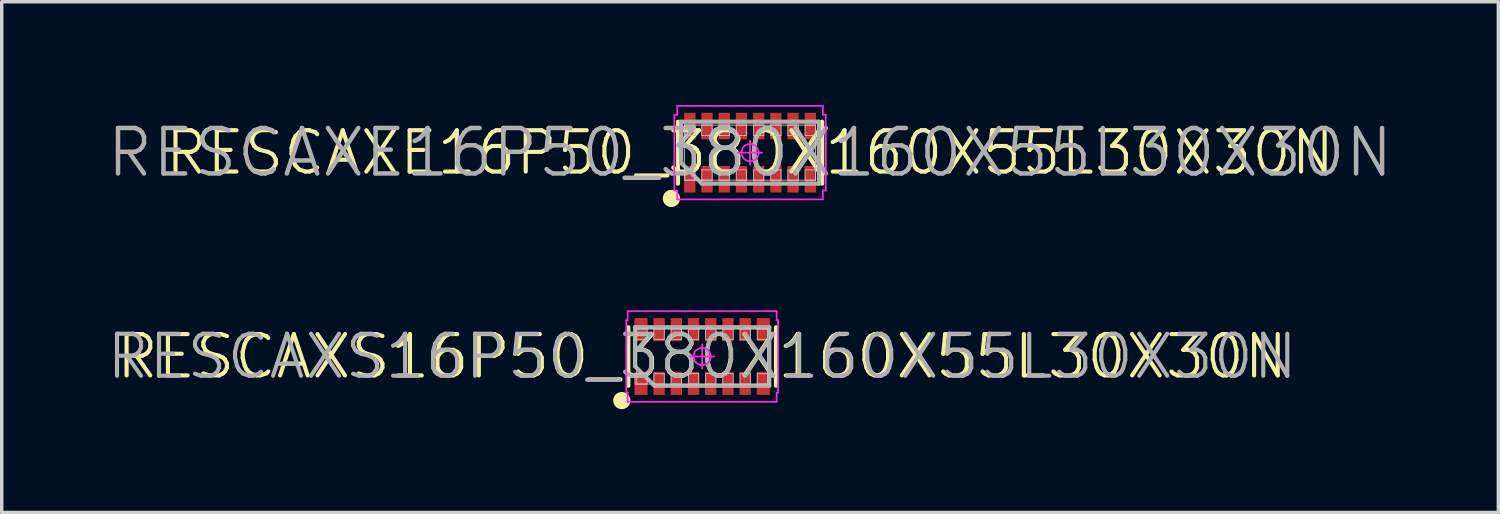
<source format=kicad_pcb>
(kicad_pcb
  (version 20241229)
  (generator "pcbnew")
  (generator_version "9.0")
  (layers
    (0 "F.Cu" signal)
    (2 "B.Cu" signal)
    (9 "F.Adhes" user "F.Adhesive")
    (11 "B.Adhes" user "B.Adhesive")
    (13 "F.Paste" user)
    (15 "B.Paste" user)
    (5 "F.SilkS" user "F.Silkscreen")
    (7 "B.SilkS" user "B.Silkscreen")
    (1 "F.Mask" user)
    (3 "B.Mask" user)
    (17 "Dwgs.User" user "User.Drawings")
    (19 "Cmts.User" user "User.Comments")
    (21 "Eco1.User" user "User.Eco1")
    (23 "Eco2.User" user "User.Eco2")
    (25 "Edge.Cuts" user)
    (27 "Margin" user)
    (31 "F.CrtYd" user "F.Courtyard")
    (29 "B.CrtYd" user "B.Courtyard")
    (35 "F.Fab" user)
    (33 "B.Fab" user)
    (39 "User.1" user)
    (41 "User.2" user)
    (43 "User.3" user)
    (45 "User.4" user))
  (footprint "RESCAXS16P50_380X160X55L30X30N"
    (layer "F.Cu")
    (at 17.341 7.303)
    (property "Reference" "RESCAXS16P50_380X160X55L30X30N" (at 0 0 0) (layer "F.SilkS") (effects (font (size 1.2 1.2) (thickness 0.12))))
    (attr smd)
    (fp_line (start -2.144 0.85) (end -2.144 -0.85) (stroke (width 0.12) (type solid)) (layer "F.SilkS"))
    (fp_line (start 2.144 0.85) (end 2.144 -0.85) (stroke (width 0.12) (type solid)) (layer "F.SilkS"))
    (fp_circle (center -2.334 1.28) (end -2.334 1.405) (stroke (width 0.25) (type solid)) (fill no) (layer "F.SilkS"))
    (fp_line (start -1.95 -0.8) (end -1.6 -0.8) (stroke (width 0.025) (type solid)) (layer "Dwgs.User"))
    (fp_line (start -1.95 -0.5) (end -1.95 -0.8) (stroke (width 0.025) (type solid)) (layer "Dwgs.User"))
    (fp_line (start -1.95 0.5) (end -1.6 0.5) (stroke (width 0.025) (type solid)) (layer "Dwgs.User"))
    (fp_line (start -1.95 0.8) (end -1.95 0.5) (stroke (width 0.025) (type solid)) (layer "Dwgs.User"))
    (fp_line (start -1.9 -0.8) (end 1.9 -0.8) (stroke (width 0.025) (type solid)) (layer "Dwgs.User"))
    (fp_line (start -1.9 0.8) (end -1.9 -0.8) (stroke (width 0.025) (type solid)) (layer "Dwgs.User"))
    (fp_line (start -1.6 -0.8) (end -1.6 -0.5) (stroke (width 0.025) (type solid)) (layer "Dwgs.User"))
    (fp_line (start -1.6 -0.5) (end -1.95 -0.5) (stroke (width 0.025) (type solid)) (layer "Dwgs.User"))
    (fp_line (start -1.6 0.5) (end -1.6 0.8) (stroke (width 0.025) (type solid)) (layer "Dwgs.User"))
    (fp_line (start -1.6 0.8) (end -1.95 0.8) (stroke (width 0.025) (type solid)) (layer "Dwgs.User"))
    (fp_line (start -1.4 -0.8) (end -1.1 -0.8) (stroke (width 0.025) (type solid)) (layer "Dwgs.User"))
    (fp_line (start -1.4 -0.5) (end -1.4 -0.8) (stroke (width 0.025) (type solid)) (layer "Dwgs.User"))
    (fp_line (start -1.4 0.5) (end -1.1 0.5) (stroke (width 0.025) (type solid)) (layer "Dwgs.User"))
    (fp_line (start -1.4 0.8) (end -1.4 0.5) (stroke (width 0.025) (type solid)) (layer "Dwgs.User"))
    (fp_line (start -1.1 -0.8) (end -1.1 -0.5) (stroke (width 0.025) (type solid)) (layer "Dwgs.User"))
    (fp_line (start -1.1 -0.5) (end -1.4 -0.5) (stroke (width 0.025) (type solid)) (layer "Dwgs.User"))
    (fp_line (start -1.1 0.5) (end -1.1 0.8) (stroke (width 0.025) (type solid)) (layer "Dwgs.User"))
    (fp_line (start -1.1 0.8) (end -1.4 0.8) (stroke (width 0.025) (type solid)) (layer "Dwgs.User"))
    (fp_line (start -0.9 -0.8) (end -0.6 -0.8) (stroke (width 0.025) (type solid)) (layer "Dwgs.User"))
    (fp_line (start -0.9 -0.5) (end -0.9 -0.8) (stroke (width 0.025) (type solid)) (layer "Dwgs.User"))
    (fp_line (start -0.9 0.5) (end -0.6 0.5) (stroke (width 0.025) (type solid)) (layer "Dwgs.User"))
    (fp_line (start -0.9 0.8) (end -0.9 0.5) (stroke (width 0.025) (type solid)) (layer "Dwgs.User"))
    (fp_line (start -0.6 -0.8) (end -0.6 -0.5) (stroke (width 0.025) (type solid)) (layer "Dwgs.User"))
    (fp_line (start -0.6 -0.5) (end -0.9 -0.5) (stroke (width 0.025) (type solid)) (layer "Dwgs.User"))
    (fp_line (start -0.6 0.5) (end -0.6 0.8) (stroke (width 0.025) (type solid)) (layer "Dwgs.User"))
    (fp_line (start -0.6 0.8) (end -0.9 0.8) (stroke (width 0.025) (type solid)) (layer "Dwgs.User"))
    (fp_line (start -0.4 -0.8) (end -0.1 -0.8) (stroke (width 0.025) (type solid)) (layer "Dwgs.User"))
    (fp_line (start -0.4 -0.5) (end -0.4 -0.8) (stroke (width 0.025) (type solid)) (layer "Dwgs.User"))
    (fp_line (start -0.4 0.5) (end -0.1 0.5) (stroke (width 0.025) (type solid)) (layer "Dwgs.User"))
    (fp_line (start -0.4 0.8) (end -0.4 0.5) (stroke (width 0.025) (type solid)) (layer "Dwgs.User"))
    (fp_line (start -0.1 -0.8) (end -0.1 -0.5) (stroke (width 0.025) (type solid)) (layer "Dwgs.User"))
    (fp_line (start -0.1 -0.5) (end -0.4 -0.5) (stroke (width 0.025) (type solid)) (layer "Dwgs.User"))
    (fp_line (start -0.1 0.5) (end -0.1 0.8) (stroke (width 0.025) (type solid)) (layer "Dwgs.User"))
    (fp_line (start -0.1 0.8) (end -0.4 0.8) (stroke (width 0.025) (type solid)) (layer "Dwgs.User"))
    (fp_line (start 0.1 -0.8) (end 0.4 -0.8) (stroke (width 0.025) (type solid)) (layer "Dwgs.User"))
    (fp_line (start 0.1 -0.5) (end 0.1 -0.8) (stroke (width 0.025) (type solid)) (layer "Dwgs.User"))
    (fp_line (start 0.1 0.5) (end 0.4 0.5) (stroke (width 0.025) (type solid)) (layer "Dwgs.User"))
    (fp_line (start 0.1 0.8) (end 0.1 0.5) (stroke (width 0.025) (type solid)) (layer "Dwgs.User"))
    (fp_line (start 0.4 -0.8) (end 0.4 -0.5) (stroke (width 0.025) (type solid)) (layer "Dwgs.User"))
    (fp_line (start 0.4 -0.5) (end 0.1 -0.5) (stroke (width 0.025) (type solid)) (layer "Dwgs.User"))
    (fp_line (start 0.4 0.5) (end 0.4 0.8) (stroke (width 0.025) (type solid)) (layer "Dwgs.User"))
    (fp_line (start 0.4 0.8) (end 0.1 0.8) (stroke (width 0.025) (type solid)) (layer "Dwgs.User"))
    (fp_line (start 0.6 -0.8) (end 0.9 -0.8) (stroke (width 0.025) (type solid)) (layer "Dwgs.User"))
    (fp_line (start 0.6 -0.5) (end 0.6 -0.8) (stroke (width 0.025) (type solid)) (layer "Dwgs.User"))
    (fp_line (start 0.6 0.5) (end 0.9 0.5) (stroke (width 0.025) (type solid)) (layer "Dwgs.User"))
    (fp_line (start 0.6 0.8) (end 0.6 0.5) (stroke (width 0.025) (type solid)) (layer "Dwgs.User"))
    (fp_line (start 0.9 -0.8) (end 0.9 -0.5) (stroke (width 0.025) (type solid)) (layer "Dwgs.User"))
    (fp_line (start 0.9 -0.5) (end 0.6 -0.5) (stroke (width 0.025) (type solid)) (layer "Dwgs.User"))
    (fp_line (start 0.9 0.5) (end 0.9 0.8) (stroke (width 0.025) (type solid)) (layer "Dwgs.User"))
    (fp_line (start 0.9 0.8) (end 0.6 0.8) (stroke (width 0.025) (type solid)) (layer "Dwgs.User"))
    (fp_line (start 1.1 -0.8) (end 1.4 -0.8) (stroke (width 0.025) (type solid)) (layer "Dwgs.User"))
    (fp_line (start 1.1 -0.5) (end 1.1 -0.8) (stroke (width 0.025) (type solid)) (layer "Dwgs.User"))
    (fp_line (start 1.1 0.5) (end 1.4 0.5) (stroke (width 0.025) (type solid)) (layer "Dwgs.User"))
    (fp_line (start 1.1 0.8) (end 1.1 0.5) (stroke (width 0.025) (type solid)) (layer "Dwgs.User"))
    (fp_line (start 1.4 -0.8) (end 1.4 -0.5) (stroke (width 0.025) (type solid)) (layer "Dwgs.User"))
    (fp_line (start 1.4 -0.5) (end 1.1 -0.5) (stroke (width 0.025) (type solid)) (layer "Dwgs.User"))
    (fp_line (start 1.4 0.5) (end 1.4 0.8) (stroke (width 0.025) (type solid)) (layer "Dwgs.User"))
    (fp_line (start 1.4 0.8) (end 1.1 0.8) (stroke (width 0.025) (type solid)) (layer "Dwgs.User"))
    (fp_line (start 1.6 -0.8) (end 1.95 -0.8) (stroke (width 0.025) (type solid)) (layer "Dwgs.User"))
    (fp_line (start 1.6 -0.5) (end 1.6 -0.8) (stroke (width 0.025) (type solid)) (layer "Dwgs.User"))
    (fp_line (start 1.6 0.5) (end 1.95 0.5) (stroke (width 0.025) (type solid)) (layer "Dwgs.User"))
    (fp_line (start 1.6 0.8) (end 1.6 0.5) (stroke (width 0.025) (type solid)) (layer "Dwgs.User"))
    (fp_line (start 1.9 -0.8) (end 1.9 0.8) (stroke (width 0.025) (type solid)) (layer "Dwgs.User"))
    (fp_line (start 1.9 0.8) (end -1.9 0.8) (stroke (width 0.025) (type solid)) (layer "Dwgs.User"))
    (fp_line (start 1.95 -0.8) (end 1.95 -0.5) (stroke (width 0.025) (type solid)) (layer "Dwgs.User"))
    (fp_line (start 1.95 -0.5) (end 1.6 -0.5) (stroke (width 0.025) (type solid)) (layer "Dwgs.User"))
    (fp_line (start 1.95 0.5) (end 1.95 0.8) (stroke (width 0.025) (type solid)) (layer "Dwgs.User"))
    (fp_line (start 1.95 0.8) (end 1.6 0.8) (stroke (width 0.025) (type solid)) (layer "Dwgs.User"))
    (fp_line (start -2.204 -1.05) (end -2.204 1.05) (stroke (width 0.05) (type solid)) (layer "F.CrtYd"))
    (fp_line (start -2.204 1.05) (end -2.164 1.05) (stroke (width 0.05) (type solid)) (layer "F.CrtYd"))
    (fp_line (start -2.164 -1.315) (end -2.164 -1.05) (stroke (width 0.05) (type solid)) (layer "F.CrtYd"))
    (fp_line (start -2.164 -1.05) (end -2.204 -1.05) (stroke (width 0.05) (type solid)) (layer "F.CrtYd"))
    (fp_line (start -2.164 1.05) (end -2.164 1.315) (stroke (width 0.05) (type solid)) (layer "F.CrtYd"))
    (fp_line (start -2.164 1.315) (end 2.164 1.315) (stroke (width 0.05) (type solid)) (layer "F.CrtYd"))
    (fp_line (start -0.35 0) (end 0.35 0) (stroke (width 0.05) (type solid)) (layer "F.CrtYd"))
    (fp_line (start 0 -0.35) (end 0 0.35) (stroke (width 0.05) (type solid)) (layer "F.CrtYd"))
    (fp_line (start 2.164 -1.315) (end -2.164 -1.315) (stroke (width 0.05) (type solid)) (layer "F.CrtYd"))
    (fp_line (start 2.164 -1.05) (end 2.164 -1.315) (stroke (width 0.05) (type solid)) (layer "F.CrtYd"))
    (fp_line (start 2.164 1.05) (end 2.204 1.05) (stroke (width 0.05) (type solid)) (layer "F.CrtYd"))
    (fp_line (start 2.164 1.315) (end 2.164 1.05) (stroke (width 0.05) (type solid)) (layer "F.CrtYd"))
    (fp_line (start 2.204 -1.05) (end 2.164 -1.05) (stroke (width 0.05) (type solid)) (layer "F.CrtYd"))
    (fp_line (start 2.204 1.05) (end 2.204 -1.05) (stroke (width 0.05) (type solid)) (layer "F.CrtYd"))
    (fp_circle (center 0 0) (end 0 0.25) (stroke (width 0.05) (type solid)) (fill no) (layer "F.CrtYd"))
    (fp_line (start -1.95 -0.85) (end 1.95 -0.85) (stroke (width 0.12) (type solid)) (layer "F.Fab"))
    (fp_line (start -1.95 0.283) (end -1.95 -0.85) (stroke (width 0.12) (type solid)) (layer "F.Fab"))
    (fp_line (start -1.383 0.85) (end -1.95 0.283) (stroke (width 0.12) (type solid)) (layer "F.Fab"))
    (fp_line (start 1.95 -0.85) (end 1.95 0.85) (stroke (width 0.12) (type solid)) (layer "F.Fab"))
    (fp_line (start 1.95 0.85) (end -1.383 0.85) (stroke (width 0.12) (type solid)) (layer "F.Fab"))
    (fp_text user "${REFERENCE}" (at 0 0 0) (layer "F.Fab") (effects (font (size 1.22 1.22) (thickness 0.12))))
    (pad "1" smd rect (at -1.775 0.78 90) (size 0.67 0.379) (layers "F.Cu" "F.Mask" "F.Paste"))
    (pad "2" smd rect (at -1.25 0.78 90) (size 0.67 0.329) (layers "F.Cu" "F.Mask" "F.Paste"))
    (pad "3" smd rect (at -0.75 0.78 90) (size 0.67 0.329) (layers "F.Cu" "F.Mask" "F.Paste"))
    (pad "4" smd rect (at -0.25 0.78 90) (size 0.67 0.329) (layers "F.Cu" "F.Mask" "F.Paste"))
    (pad "5" smd rect (at 0.25 0.78 90) (size 0.67 0.329) (layers "F.Cu" "F.Mask" "F.Paste"))
    (pad "6" smd rect (at 0.75 0.78 90) (size 0.67 0.329) (layers "F.Cu" "F.Mask" "F.Paste"))
    (pad "7" smd rect (at 1.25 0.78 90) (size 0.67 0.329) (layers "F.Cu" "F.Mask" "F.Paste"))
    (pad "8" smd rect (at 1.775 0.78 90) (size 0.67 0.379) (layers "F.Cu" "F.Mask" "F.Paste"))
    (pad "9" smd rect (at 1.775 -0.78 90) (size 0.67 0.379) (layers "F.Cu" "F.Mask" "F.Paste"))
    (pad "10" smd rect (at 1.25 -0.78 90) (size 0.67 0.329) (layers "F.Cu" "F.Mask" "F.Paste"))
    (pad "11" smd rect (at 0.75 -0.78 90) (size 0.67 0.329) (layers "F.Cu" "F.Mask" "F.Paste"))
    (pad "12" smd rect (at 0.25 -0.78 90) (size 0.67 0.329) (layers "F.Cu" "F.Mask" "F.Paste"))
    (pad "13" smd rect (at -0.25 -0.78 90) (size 0.67 0.329) (layers "F.Cu" "F.Mask" "F.Paste"))
    (pad "14" smd rect (at -0.75 -0.78 90) (size 0.67 0.329) (layers "F.Cu" "F.Mask" "F.Paste"))
    (pad "15" smd rect (at -1.25 -0.78 90) (size 0.67 0.329) (layers "F.Cu" "F.Mask" "F.Paste"))
    (pad "16" smd rect (at -1.775 -0.78 90) (size 0.67 0.379) (layers "F.Cu" "F.Mask" "F.Paste")))
  (footprint "RESCAXE16P50_380X160X55L30X30N"
    (layer "F.Cu")
    (at 18.732 1.383)
    (property "Reference" "RESCAXE16P50_380X160X55L30X30N" (at 0 0 0) (layer "F.SilkS") (effects (font (size 1.2 1.2) (thickness 0.12))))
    (attr smd)
    (fp_line (start -2.094 0.9) (end -2.094 -0.9) (stroke (width 0.12) (type solid)) (layer "F.SilkS"))
    (fp_line (start 2.094 0.9) (end 2.094 -0.9) (stroke (width 0.12) (type solid)) (layer "F.SilkS"))
    (fp_circle (center -2.284 1.33) (end -2.284 1.455) (stroke (width 0.25) (type solid)) (fill no) (layer "F.SilkS"))
    (fp_line (start -1.9 -0.8) (end -1.6 -0.8) (stroke (width 0.025) (type solid)) (layer "Dwgs.User"))
    (fp_line (start -1.9 -0.8) (end 1.9 -0.8) (stroke (width 0.025) (type solid)) (layer "Dwgs.User"))
    (fp_line (start -1.9 -0.5) (end -1.9 -0.8) (stroke (width 0.025) (type solid)) (layer "Dwgs.User"))
    (fp_line (start -1.9 0.5) (end -1.6 0.5) (stroke (width 0.025) (type solid)) (layer "Dwgs.User"))
    (fp_line (start -1.9 0.8) (end -1.9 -0.8) (stroke (width 0.025) (type solid)) (layer "Dwgs.User"))
    (fp_line (start -1.9 0.8) (end -1.9 0.5) (stroke (width 0.025) (type solid)) (layer "Dwgs.User"))
    (fp_line (start -1.6 -0.8) (end -1.6 -0.5) (stroke (width 0.025) (type solid)) (layer "Dwgs.User"))
    (fp_line (start -1.6 -0.5) (end -1.9 -0.5) (stroke (width 0.025) (type solid)) (layer "Dwgs.User"))
    (fp_line (start -1.6 0.5) (end -1.6 0.8) (stroke (width 0.025) (type solid)) (layer "Dwgs.User"))
    (fp_line (start -1.6 0.8) (end -1.9 0.8) (stroke (width 0.025) (type solid)) (layer "Dwgs.User"))
    (fp_line (start -1.4 -0.8) (end -1.1 -0.8) (stroke (width 0.025) (type solid)) (layer "Dwgs.User"))
    (fp_line (start -1.4 -0.5) (end -1.4 -0.8) (stroke (width 0.025) (type solid)) (layer "Dwgs.User"))
    (fp_line (start -1.4 0.5) (end -1.1 0.5) (stroke (width 0.025) (type solid)) (layer "Dwgs.User"))
    (fp_line (start -1.4 0.8) (end -1.4 0.5) (stroke (width 0.025) (type solid)) (layer "Dwgs.User"))
    (fp_line (start -1.1 -0.8) (end -1.1 -0.5) (stroke (width 0.025) (type solid)) (layer "Dwgs.User"))
    (fp_line (start -1.1 -0.5) (end -1.4 -0.5) (stroke (width 0.025) (type solid)) (layer "Dwgs.User"))
    (fp_line (start -1.1 0.5) (end -1.1 0.8) (stroke (width 0.025) (type solid)) (layer "Dwgs.User"))
    (fp_line (start -1.1 0.8) (end -1.4 0.8) (stroke (width 0.025) (type solid)) (layer "Dwgs.User"))
    (fp_line (start -0.9 -0.8) (end -0.6 -0.8) (stroke (width 0.025) (type solid)) (layer "Dwgs.User"))
    (fp_line (start -0.9 -0.5) (end -0.9 -0.8) (stroke (width 0.025) (type solid)) (layer "Dwgs.User"))
    (fp_line (start -0.9 0.5) (end -0.6 0.5) (stroke (width 0.025) (type solid)) (layer "Dwgs.User"))
    (fp_line (start -0.9 0.8) (end -0.9 0.5) (stroke (width 0.025) (type solid)) (layer "Dwgs.User"))
    (fp_line (start -0.6 -0.8) (end -0.6 -0.5) (stroke (width 0.025) (type solid)) (layer "Dwgs.User"))
    (fp_line (start -0.6 -0.5) (end -0.9 -0.5) (stroke (width 0.025) (type solid)) (layer "Dwgs.User"))
    (fp_line (start -0.6 0.5) (end -0.6 0.8) (stroke (width 0.025) (type solid)) (layer "Dwgs.User"))
    (fp_line (start -0.6 0.8) (end -0.9 0.8) (stroke (width 0.025) (type solid)) (layer "Dwgs.User"))
    (fp_line (start -0.4 -0.8) (end -0.1 -0.8) (stroke (width 0.025) (type solid)) (layer "Dwgs.User"))
    (fp_line (start -0.4 -0.5) (end -0.4 -0.8) (stroke (width 0.025) (type solid)) (layer "Dwgs.User"))
    (fp_line (start -0.4 0.5) (end -0.1 0.5) (stroke (width 0.025) (type solid)) (layer "Dwgs.User"))
    (fp_line (start -0.4 0.8) (end -0.4 0.5) (stroke (width 0.025) (type solid)) (layer "Dwgs.User"))
    (fp_line (start -0.1 -0.8) (end -0.1 -0.5) (stroke (width 0.025) (type solid)) (layer "Dwgs.User"))
    (fp_line (start -0.1 -0.5) (end -0.4 -0.5) (stroke (width 0.025) (type solid)) (layer "Dwgs.User"))
    (fp_line (start -0.1 0.5) (end -0.1 0.8) (stroke (width 0.025) (type solid)) (layer "Dwgs.User"))
    (fp_line (start -0.1 0.8) (end -0.4 0.8) (stroke (width 0.025) (type solid)) (layer "Dwgs.User"))
    (fp_line (start 0.1 -0.8) (end 0.4 -0.8) (stroke (width 0.025) (type solid)) (layer "Dwgs.User"))
    (fp_line (start 0.1 -0.5) (end 0.1 -0.8) (stroke (width 0.025) (type solid)) (layer "Dwgs.User"))
    (fp_line (start 0.1 0.5) (end 0.4 0.5) (stroke (width 0.025) (type solid)) (layer "Dwgs.User"))
    (fp_line (start 0.1 0.8) (end 0.1 0.5) (stroke (width 0.025) (type solid)) (layer "Dwgs.User"))
    (fp_line (start 0.4 -0.8) (end 0.4 -0.5) (stroke (width 0.025) (type solid)) (layer "Dwgs.User"))
    (fp_line (start 0.4 -0.5) (end 0.1 -0.5) (stroke (width 0.025) (type solid)) (layer "Dwgs.User"))
    (fp_line (start 0.4 0.5) (end 0.4 0.8) (stroke (width 0.025) (type solid)) (layer "Dwgs.User"))
    (fp_line (start 0.4 0.8) (end 0.1 0.8) (stroke (width 0.025) (type solid)) (layer "Dwgs.User"))
    (fp_line (start 0.6 -0.8) (end 0.9 -0.8) (stroke (width 0.025) (type solid)) (layer "Dwgs.User"))
    (fp_line (start 0.6 -0.5) (end 0.6 -0.8) (stroke (width 0.025) (type solid)) (layer "Dwgs.User"))
    (fp_line (start 0.6 0.5) (end 0.9 0.5) (stroke (width 0.025) (type solid)) (layer "Dwgs.User"))
    (fp_line (start 0.6 0.8) (end 0.6 0.5) (stroke (width 0.025) (type solid)) (layer "Dwgs.User"))
    (fp_line (start 0.9 -0.8) (end 0.9 -0.5) (stroke (width 0.025) (type solid)) (layer "Dwgs.User"))
    (fp_line (start 0.9 -0.5) (end 0.6 -0.5) (stroke (width 0.025) (type solid)) (layer "Dwgs.User"))
    (fp_line (start 0.9 0.5) (end 0.9 0.8) (stroke (width 0.025) (type solid)) (layer "Dwgs.User"))
    (fp_line (start 0.9 0.8) (end 0.6 0.8) (stroke (width 0.025) (type solid)) (layer "Dwgs.User"))
    (fp_line (start 1.1 -0.8) (end 1.4 -0.8) (stroke (width 0.025) (type solid)) (layer "Dwgs.User"))
    (fp_line (start 1.1 -0.5) (end 1.1 -0.8) (stroke (width 0.025) (type solid)) (layer "Dwgs.User"))
    (fp_line (start 1.1 0.5) (end 1.4 0.5) (stroke (width 0.025) (type solid)) (layer "Dwgs.User"))
    (fp_line (start 1.1 0.8) (end 1.1 0.5) (stroke (width 0.025) (type solid)) (layer "Dwgs.User"))
    (fp_line (start 1.4 -0.8) (end 1.4 -0.5) (stroke (width 0.025) (type solid)) (layer "Dwgs.User"))
    (fp_line (start 1.4 -0.5) (end 1.1 -0.5) (stroke (width 0.025) (type solid)) (layer "Dwgs.User"))
    (fp_line (start 1.4 0.5) (end 1.4 0.8) (stroke (width 0.025) (type solid)) (layer "Dwgs.User"))
    (fp_line (start 1.4 0.8) (end 1.1 0.8) (stroke (width 0.025) (type solid)) (layer "Dwgs.User"))
    (fp_line (start 1.6 -0.8) (end 1.9 -0.8) (stroke (width 0.025) (type solid)) (layer "Dwgs.User"))
    (fp_line (start 1.6 -0.5) (end 1.6 -0.8) (stroke (width 0.025) (type solid)) (layer "Dwgs.User"))
    (fp_line (start 1.6 0.5) (end 1.9 0.5) (stroke (width 0.025) (type solid)) (layer "Dwgs.User"))
    (fp_line (start 1.6 0.8) (end 1.6 0.5) (stroke (width 0.025) (type solid)) (layer "Dwgs.User"))
    (fp_line (start 1.9 -0.8) (end 1.9 -0.5) (stroke (width 0.025) (type solid)) (layer "Dwgs.User"))
    (fp_line (start 1.9 -0.8) (end 1.9 0.8) (stroke (width 0.025) (type solid)) (layer "Dwgs.User"))
    (fp_line (start 1.9 -0.5) (end 1.6 -0.5) (stroke (width 0.025) (type solid)) (layer "Dwgs.User"))
    (fp_line (start 1.9 0.5) (end 1.9 0.8) (stroke (width 0.025) (type solid)) (layer "Dwgs.User"))
    (fp_line (start 1.9 0.8) (end -1.9 0.8) (stroke (width 0.025) (type solid)) (layer "Dwgs.User"))
    (fp_line (start 1.9 0.8) (end 1.6 0.8) (stroke (width 0.025) (type solid)) (layer "Dwgs.User"))
    (fp_line (start -2.2 -1.1) (end -2.2 1.1) (stroke (width 0.05) (type solid)) (layer "F.CrtYd"))
    (fp_line (start -2.2 1.1) (end -2.114 1.1) (stroke (width 0.05) (type solid)) (layer "F.CrtYd"))
    (fp_line (start -2.114 -1.358) (end -2.114 -1.1) (stroke (width 0.05) (type solid)) (layer "F.CrtYd"))
    (fp_line (start -2.114 -1.1) (end -2.2 -1.1) (stroke (width 0.05) (type solid)) (layer "F.CrtYd"))
    (fp_line (start -2.114 1.1) (end -2.114 1.358) (stroke (width 0.05) (type solid)) (layer "F.CrtYd"))
    (fp_line (start -2.114 1.358) (end 2.114 1.358) (stroke (width 0.05) (type solid)) (layer "F.CrtYd"))
    (fp_line (start -0.35 0) (end 0.35 0) (stroke (width 0.05) (type solid)) (layer "F.CrtYd"))
    (fp_line (start 0 -0.35) (end 0 0.35) (stroke (width 0.05) (type solid)) (layer "F.CrtYd"))
    (fp_line (start 2.114 -1.358) (end -2.114 -1.358) (stroke (width 0.05) (type solid)) (layer "F.CrtYd"))
    (fp_line (start 2.114 -1.1) (end 2.114 -1.358) (stroke (width 0.05) (type solid)) (layer "F.CrtYd"))
    (fp_line (start 2.114 1.1) (end 2.2 1.1) (stroke (width 0.05) (type solid)) (layer "F.CrtYd"))
    (fp_line (start 2.114 1.358) (end 2.114 1.1) (stroke (width 0.05) (type solid)) (layer "F.CrtYd"))
    (fp_line (start 2.2 -1.1) (end 2.114 -1.1) (stroke (width 0.05) (type solid)) (layer "F.CrtYd"))
    (fp_line (start 2.2 1.1) (end 2.2 -1.1) (stroke (width 0.05) (type solid)) (layer "F.CrtYd"))
    (fp_circle (center 0 0) (end 0 0.25) (stroke (width 0.05) (type solid)) (fill no) (layer "F.CrtYd"))
    (fp_line (start -2 -0.9) (end 2 -0.9) (stroke (width 0.12) (type solid)) (layer "F.Fab"))
    (fp_line (start -2 0.3) (end -2 -0.9) (stroke (width 0.12) (type solid)) (layer "F.Fab"))
    (fp_line (start -1.4 0.9) (end -2 0.3) (stroke (width 0.12) (type solid)) (layer "F.Fab"))
    (fp_line (start 2 -0.9) (end 2 0.9) (stroke (width 0.12) (type solid)) (layer "F.Fab"))
    (fp_line (start 2 0.9) (end -1.4 0.9) (stroke (width 0.12) (type solid)) (layer "F.Fab"))
    (fp_text user "${REFERENCE}" (at 0 0 0) (layer "F.Fab") (effects (font (size 1.32 1.32) (thickness 0.13))))
    (pad "1" smd rect (at -1.75 0.773 90) (size 0.769 0.329) (layers "F.Cu" "F.Mask" "F.Paste"))
    (pad "2" smd rect (at -1.25 0.773 90) (size 0.769 0.329) (layers "F.Cu" "F.Mask" "F.Paste"))
    (pad "3" smd rect (at -0.75 0.773 90) (size 0.769 0.329) (layers "F.Cu" "F.Mask" "F.Paste"))
    (pad "4" smd rect (at -0.25 0.773 90) (size 0.769 0.329) (layers "F.Cu" "F.Mask" "F.Paste"))
    (pad "5" smd rect (at 0.25 0.773 90) (size 0.769 0.329) (layers "F.Cu" "F.Mask" "F.Paste"))
    (pad "6" smd rect (at 0.75 0.773 90) (size 0.769 0.329) (layers "F.Cu" "F.Mask" "F.Paste"))
    (pad "7" smd rect (at 1.25 0.773 90) (size 0.769 0.329) (layers "F.Cu" "F.Mask" "F.Paste"))
    (pad "8" smd rect (at 1.75 0.773 90) (size 0.769 0.329) (layers "F.Cu" "F.Mask" "F.Paste"))
    (pad "9" smd rect (at 1.75 -0.773 90) (size 0.769 0.329) (layers "F.Cu" "F.Mask" "F.Paste"))
    (pad "10" smd rect (at 1.25 -0.773 90) (size 0.769 0.329) (layers "F.Cu" "F.Mask" "F.Paste"))
    (pad "11" smd rect (at 0.75 -0.773 90) (size 0.769 0.329) (layers "F.Cu" "F.Mask" "F.Paste"))
    (pad "12" smd rect (at 0.25 -0.773 90) (size 0.769 0.329) (layers "F.Cu" "F.Mask" "F.Paste"))
    (pad "13" smd rect (at -0.25 -0.773 90) (size 0.769 0.329) (layers "F.Cu" "F.Mask" "F.Paste"))
    (pad "14" smd rect (at -0.75 -0.773 90) (size 0.769 0.329) (layers "F.Cu" "F.Mask" "F.Paste"))
    (pad "15" smd rect (at -1.25 -0.773 90) (size 0.769 0.329) (layers "F.Cu" "F.Mask" "F.Paste"))
    (pad "16" smd rect (at -1.75 -0.773 90) (size 0.769 0.329) (layers "F.Cu" "F.Mask" "F.Paste")))
  (gr_rect
    (start -3 -3)
    (end 40.463 11.833)
    (stroke (width 0.1) (type default))
    (fill no)
    (layer "Edge.Cuts")))
</source>
